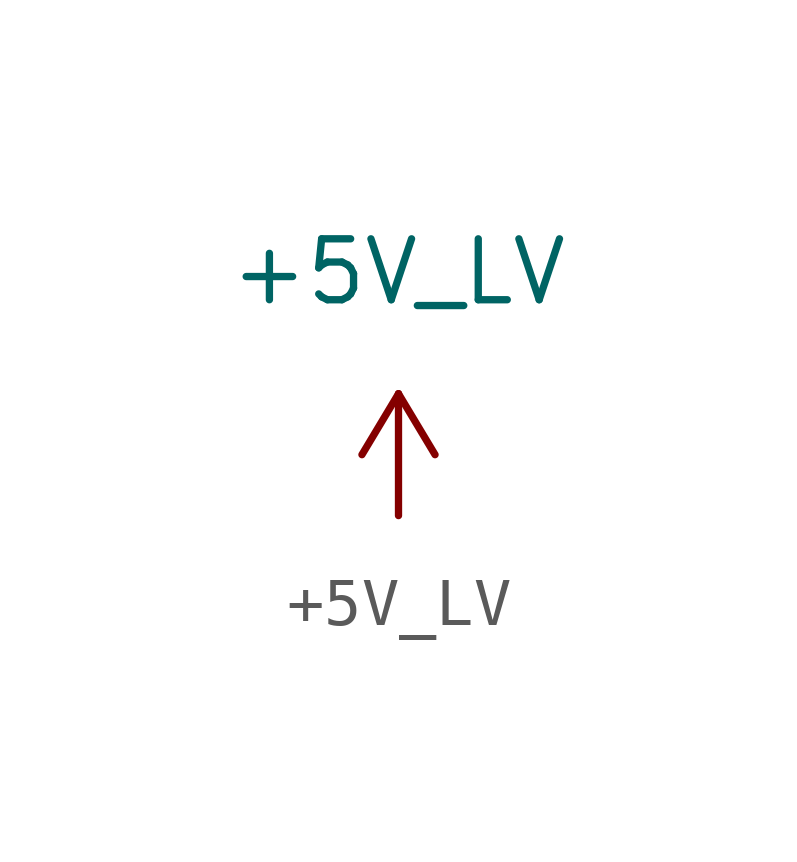
<source format=kicad_sym>
(kicad_symbol_lib
  (version 20220914)
  (generator kicad_symbol_editor)
  (symbol "+5V_LV"
    (power)
    (pin_numbers hide)
    (pin_names
      (offset 0))
    (property "Reference" "#PWR"
      (at 1.27 0 90)
      (effects (font (size 1.27 1.27)) hide))
    (property "Value" "+5V_LV"
      (at 0 5.08 0)
      (effects (font (size 1.27 1.27))))
    (symbol "+5V_LV_1_1"
      (polyline (pts (xy -0.762 1.27) (xy 0 2.54)) (stroke (width 0) (type default)) (fill (type none)))
      (polyline (pts (xy 0 0) (xy 0 2.54)) (stroke (width 0) (type default)) (fill (type none)))
      (polyline (pts (xy 0 2.54) (xy 0.762 1.27)) (stroke (width 0) (type default)) (fill (type none)))
      (pin power_in line (at 0 0 90) (length 0) hide (name "+5V_LV" (effects (font (size 1.27 1.27)))) (number "1" (effects (font (size 1.27 1.27))))))))
</source>
